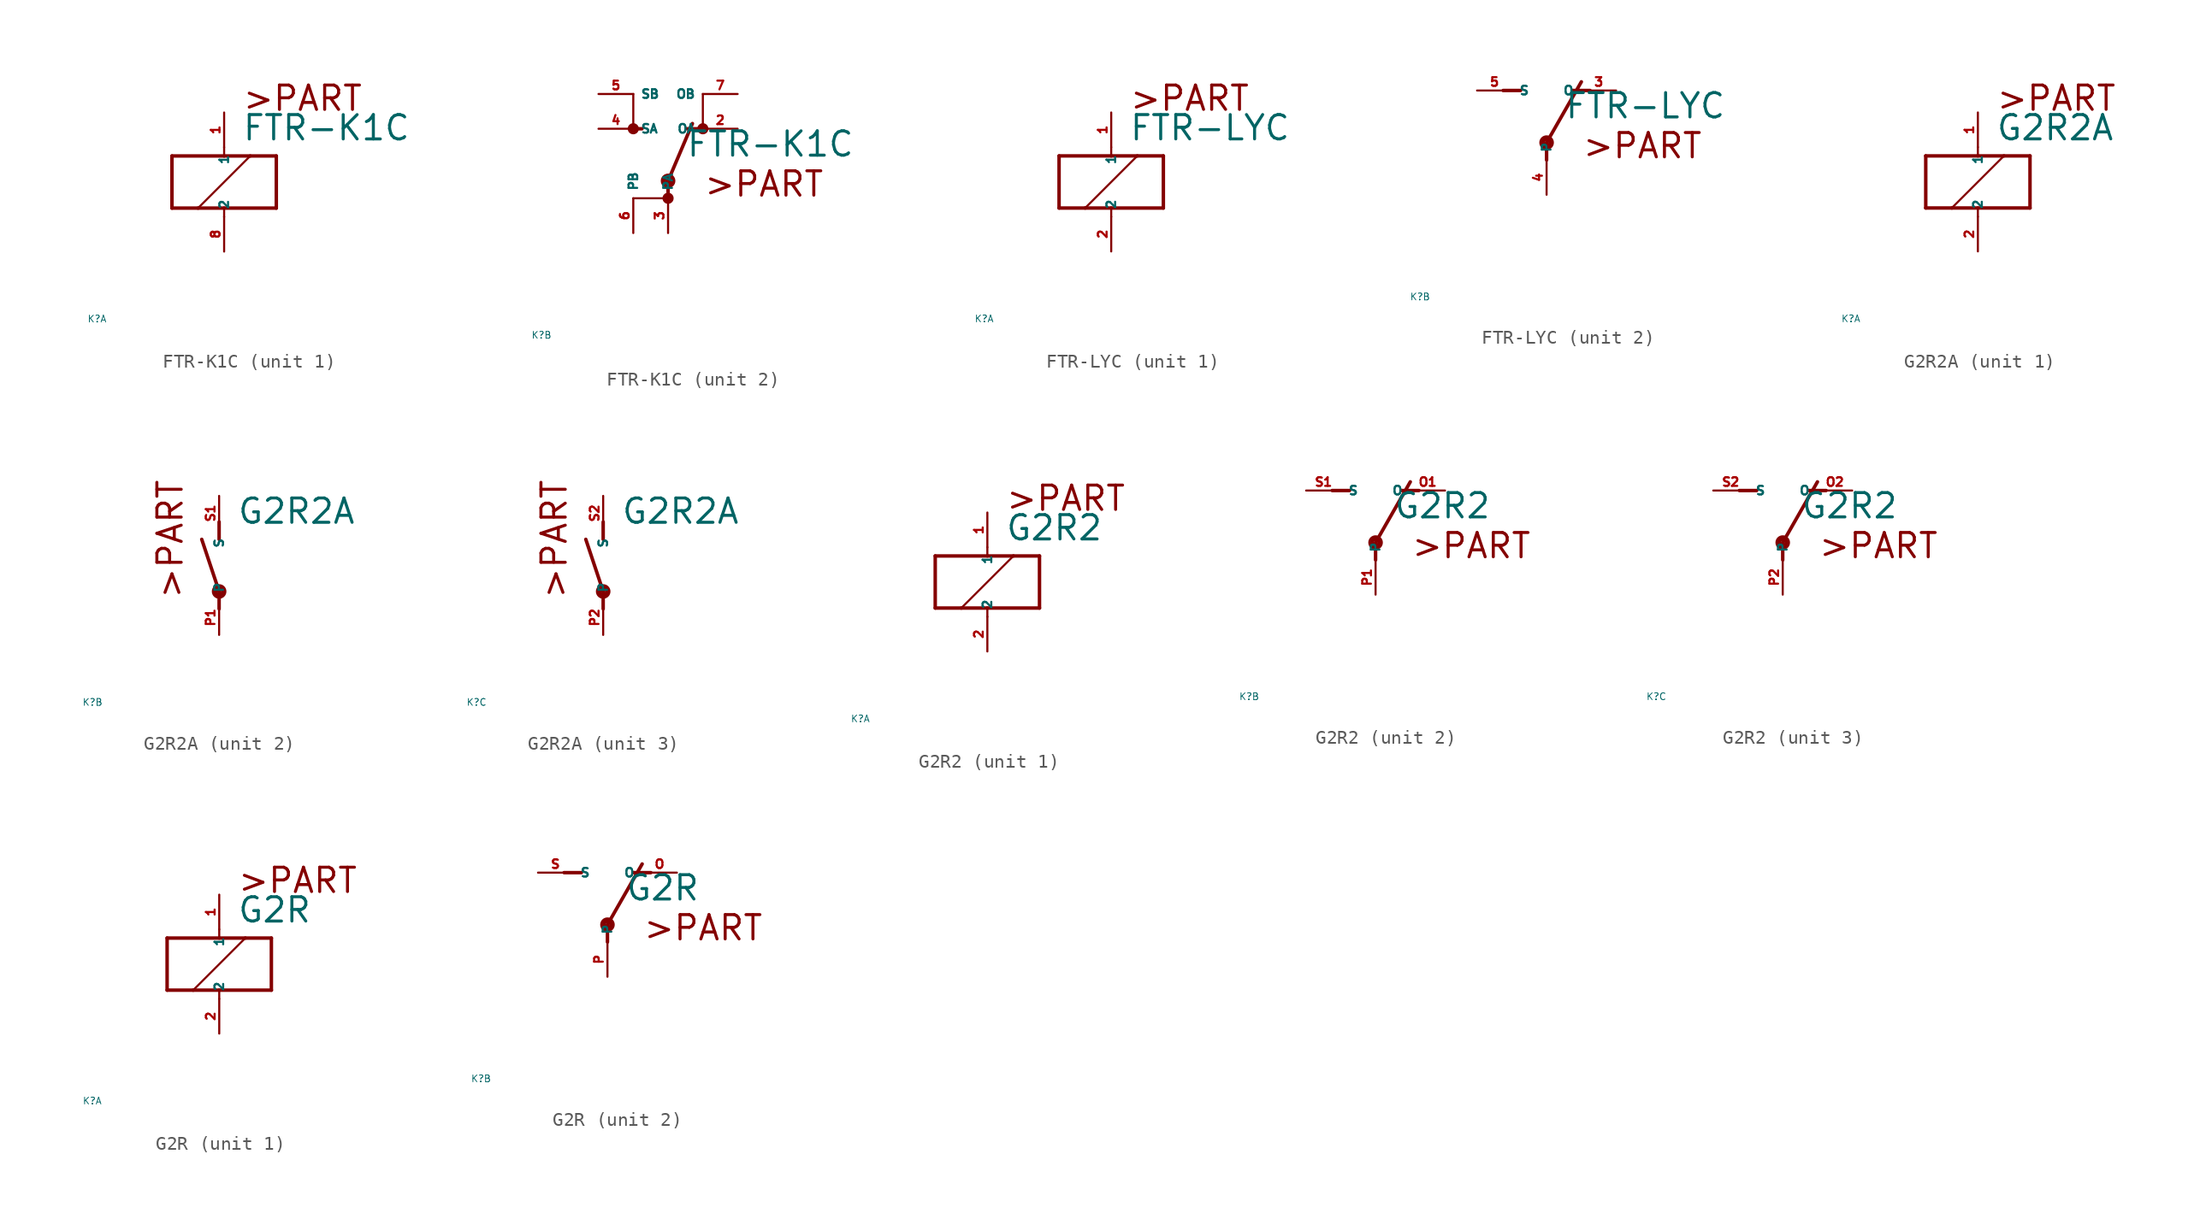
<source format=kicad_sym>
(kicad_symbol_lib
  (version 20220914)
  (generator Eagle2Kicad)
  (symbol "FTR-K1C"
    (property "Reference" "K"
      (at -10 -10 0)
      (effects (font (size 0.5 0.5) (thickness 0.06)) (justify left)))
    (property "Value" "FTR-K1C"
      (at 1.27 2.921 0)
      (effects (font (size 1.778 1.778) (thickness 0.22)) (justify left bottom)))
    (symbol "FTR-K1C_1_0"
      (polyline (pts (xy -3.81 -1.905) (xy -1.905 -1.905)) (stroke (width 0.254) (type default)) (fill (type none)))
      (polyline (pts (xy 3.81 -1.905) (xy 3.81 1.905)) (stroke (width 0.254) (type default)) (fill (type none)))
      (polyline (pts (xy 3.81 1.905) (xy 1.905 1.905)) (stroke (width 0.254) (type default)) (fill (type none)))
      (polyline (pts (xy -3.81 1.905) (xy -3.81 -1.905)) (stroke (width 0.254) (type default)) (fill (type none)))
      (polyline (pts (xy 0 -2.54) (xy 0 -1.905)) (stroke (width 0.152) (type default)) (fill (type none)))
      (polyline (pts (xy 0 -1.905) (xy 3.81 -1.905)) (stroke (width 0.254) (type default)) (fill (type none)))
      (polyline (pts (xy 0 2.54) (xy 0 1.905)) (stroke (width 0.152) (type default)) (fill (type none)))
      (polyline (pts (xy 0 1.905) (xy -3.81 1.905)) (stroke (width 0.254) (type default)) (fill (type none)))
      (polyline (pts (xy -1.905 -1.905) (xy 1.905 1.905)) (stroke (width 0.152) (type default)) (fill (type none)))
      (polyline (pts (xy -1.905 -1.905) (xy 0 -1.905)) (stroke (width 0.254) (type default)) (fill (type none)))
      (polyline (pts (xy 1.905 1.905) (xy 0 1.905)) (stroke (width 0.254) (type default)) (fill (type none)))
      (text ">PART" (at 1.27 5.08 0) (effects (font (size 1.778 1.778) (thickness 0.22)) (justify left bottom)))
      (pin passive line (at 0 -5.08 90) (length 2.54) (name "2" (effects (font (size 0.635 0.635) (thickness 0.08)) (justify left bottom))) (number "8" (effects (font (size 0.635 0.635) (thickness 0.08)) (justify left bottom))))
      (pin passive line (at 0 5.08 270) (length 2.54) (name "1" (effects (font (size 0.635 0.635) (thickness 0.08)) (justify left bottom))) (number "1" (effects (font (size 0.635 0.635) (thickness 0.08)) (justify left bottom)))))
    (symbol "FTR-K1C_2_0"
      (polyline (pts (xy 2.413 5.08) (xy 1.397 5.08)) (stroke (width 0.254) (type default)) (fill (type none)))
      (polyline (pts (xy -2.667 5.08) (xy -2.54 5.08)) (stroke (width 0.254) (type default)) (fill (type none)))
      (polyline (pts (xy -2.54 5.08) (xy -1.905 5.08)) (stroke (width 0.254) (type default)) (fill (type none)))
      (polyline (pts (xy 0 1.27) (xy 1.778 5.461)) (stroke (width 0.254) (type default)) (fill (type none)))
      (polyline (pts (xy 0 1.27) (xy 0 0)) (stroke (width 0.254) (type default)) (fill (type none)))
      (polyline (pts (xy -2.54 7.62) (xy -2.54 5.08)) (stroke (width 0.152) (type default)) (fill (type none)))
      (polyline (pts (xy 2.54 7.62) (xy 2.54 5.08)) (stroke (width 0.152) (type default)) (fill (type none)))
      (polyline (pts (xy -2.54 0) (xy 0 0)) (stroke (width 0.152) (type default)) (fill (type none)))
      (text ">PART" (at 2.54 0 0) (effects (font (size 1.778 1.778) (thickness 0.22)) (justify left bottom)))
      (circle (center 0 1.27) (radius 0.127) (stroke (width 0.406) (type default)) (fill (type none)))
      (circle (center -2.54 5.08) (radius 0.254) (stroke (width 0.305) (type default)) (fill (type none)))
      (circle (center 0 0) (radius 0.254) (stroke (width 0.305) (type default)) (fill (type none)))
      (circle (center 2.54 5.08) (radius 0.254) (stroke (width 0.305) (type default)) (fill (type none)))
      (pin passive line (at 5.08 5.08 180) (length 2.54) (name "OA" (effects (font (size 0.635 0.635) (thickness 0.08)) (justify left bottom))) (number "2" (effects (font (size 0.635 0.635) (thickness 0.08)) (justify left bottom))))
      (pin passive line (at -5.08 5.08 0) (length 2.54) (name "SA" (effects (font (size 0.635 0.635) (thickness 0.08)) (justify left bottom))) (number "4" (effects (font (size 0.635 0.635) (thickness 0.08)) (justify left bottom))))
      (pin passive line (at 0 -2.54 90) (length 2.54) (name "PA" (effects (font (size 0.635 0.635) (thickness 0.08)) (justify left bottom))) (number "3" (effects (font (size 0.635 0.635) (thickness 0.08)) (justify left bottom))))
      (pin passive line (at -5.08 7.62 0) (length 2.54) (name "SB" (effects (font (size 0.635 0.635) (thickness 0.08)) (justify left bottom))) (number "5" (effects (font (size 0.635 0.635) (thickness 0.08)) (justify left bottom))))
      (pin passive line (at 5.08 7.62 180) (length 2.54) (name "OB" (effects (font (size 0.635 0.635) (thickness 0.08)) (justify left bottom))) (number "7" (effects (font (size 0.635 0.635) (thickness 0.08)) (justify left bottom))))
      (pin passive line (at -2.54 -2.54 90) (length 2.54) (name "PB" (effects (font (size 0.635 0.635) (thickness 0.08)) (justify left bottom))) (number "6" (effects (font (size 0.635 0.635) (thickness 0.08)) (justify left bottom))))))
  (symbol "FTR-LYC"
    (property "Reference" "K"
      (at -10 -10 0)
      (effects (font (size 0.5 0.5) (thickness 0.06)) (justify left)))
    (property "Value" "FTR-LYC"
      (at 1.27 2.921 0)
      (effects (font (size 1.778 1.778) (thickness 0.22)) (justify left bottom)))
    (symbol "FTR-LYC_1_0"
      (polyline (pts (xy -3.81 -1.905) (xy -1.905 -1.905)) (stroke (width 0.254) (type default)) (fill (type none)))
      (polyline (pts (xy 3.81 -1.905) (xy 3.81 1.905)) (stroke (width 0.254) (type default)) (fill (type none)))
      (polyline (pts (xy 3.81 1.905) (xy 1.905 1.905)) (stroke (width 0.254) (type default)) (fill (type none)))
      (polyline (pts (xy -3.81 1.905) (xy -3.81 -1.905)) (stroke (width 0.254) (type default)) (fill (type none)))
      (polyline (pts (xy 0 -2.54) (xy 0 -1.905)) (stroke (width 0.152) (type default)) (fill (type none)))
      (polyline (pts (xy 0 -1.905) (xy 3.81 -1.905)) (stroke (width 0.254) (type default)) (fill (type none)))
      (polyline (pts (xy 0 2.54) (xy 0 1.905)) (stroke (width 0.152) (type default)) (fill (type none)))
      (polyline (pts (xy 0 1.905) (xy -3.81 1.905)) (stroke (width 0.254) (type default)) (fill (type none)))
      (polyline (pts (xy -1.905 -1.905) (xy 1.905 1.905)) (stroke (width 0.152) (type default)) (fill (type none)))
      (polyline (pts (xy -1.905 -1.905) (xy 0 -1.905)) (stroke (width 0.254) (type default)) (fill (type none)))
      (polyline (pts (xy 1.905 1.905) (xy 0 1.905)) (stroke (width 0.254) (type default)) (fill (type none)))
      (text ">PART" (at 1.27 5.08 0) (effects (font (size 1.778 1.778) (thickness 0.22)) (justify left bottom)))
      (pin passive line (at 0 -5.08 90) (length 2.54) (name "2" (effects (font (size 0.635 0.635) (thickness 0.08)) (justify left bottom))) (number "2" (effects (font (size 0.635 0.635) (thickness 0.08)) (justify left bottom))))
      (pin passive line (at 0 5.08 270) (length 2.54) (name "1" (effects (font (size 0.635 0.635) (thickness 0.08)) (justify left bottom))) (number "1" (effects (font (size 0.635 0.635) (thickness 0.08)) (justify left bottom)))))
    (symbol "FTR-LYC_2_0"
      (polyline (pts (xy 3.175 5.08) (xy 1.905 5.08)) (stroke (width 0.254) (type default)) (fill (type none)))
      (polyline (pts (xy -3.175 5.08) (xy -1.905 5.08)) (stroke (width 0.254) (type default)) (fill (type none)))
      (polyline (pts (xy 0 1.27) (xy 2.54 5.715)) (stroke (width 0.254) (type default)) (fill (type none)))
      (polyline (pts (xy 0 1.27) (xy 0 0)) (stroke (width 0.254) (type default)) (fill (type none)))
      (text ">PART" (at 2.54 0 0) (effects (font (size 1.778 1.778) (thickness 0.22)) (justify left bottom)))
      (circle (center 0 1.27) (radius 0.127) (stroke (width 0.406) (type default)) (fill (type none)))
      (pin passive line (at 5.08 5.08 180) (length 2.54) (name "O" (effects (font (size 0.635 0.635) (thickness 0.08)) (justify left bottom))) (number "3" (effects (font (size 0.635 0.635) (thickness 0.08)) (justify left bottom))))
      (pin passive line (at -5.08 5.08 0) (length 2.54) (name "S" (effects (font (size 0.635 0.635) (thickness 0.08)) (justify left bottom))) (number "5" (effects (font (size 0.635 0.635) (thickness 0.08)) (justify left bottom))))
      (pin passive line (at 0 -2.54 90) (length 2.54) (name "P" (effects (font (size 0.635 0.635) (thickness 0.08)) (justify left bottom))) (number "4" (effects (font (size 0.635 0.635) (thickness 0.08)) (justify left bottom))))))
  (symbol "G2R2A"
    (property "Reference" "K"
      (at -10 -10 0)
      (effects (font (size 0.5 0.5) (thickness 0.06)) (justify left)))
    (property "Value" "G2R2A"
      (at 1.27 2.921 0)
      (effects (font (size 1.778 1.778) (thickness 0.22)) (justify left bottom)))
    (symbol "G2R2A_1_0"
      (polyline (pts (xy -3.81 -1.905) (xy -1.905 -1.905)) (stroke (width 0.254) (type default)) (fill (type none)))
      (polyline (pts (xy 3.81 -1.905) (xy 3.81 1.905)) (stroke (width 0.254) (type default)) (fill (type none)))
      (polyline (pts (xy 3.81 1.905) (xy 1.905 1.905)) (stroke (width 0.254) (type default)) (fill (type none)))
      (polyline (pts (xy -3.81 1.905) (xy -3.81 -1.905)) (stroke (width 0.254) (type default)) (fill (type none)))
      (polyline (pts (xy 0 -2.54) (xy 0 -1.905)) (stroke (width 0.152) (type default)) (fill (type none)))
      (polyline (pts (xy 0 -1.905) (xy 3.81 -1.905)) (stroke (width 0.254) (type default)) (fill (type none)))
      (polyline (pts (xy 0 2.54) (xy 0 1.905)) (stroke (width 0.152) (type default)) (fill (type none)))
      (polyline (pts (xy 0 1.905) (xy -3.81 1.905)) (stroke (width 0.254) (type default)) (fill (type none)))
      (polyline (pts (xy -1.905 -1.905) (xy 1.905 1.905)) (stroke (width 0.152) (type default)) (fill (type none)))
      (polyline (pts (xy -1.905 -1.905) (xy 0 -1.905)) (stroke (width 0.254) (type default)) (fill (type none)))
      (polyline (pts (xy 1.905 1.905) (xy 0 1.905)) (stroke (width 0.254) (type default)) (fill (type none)))
      (text ">PART" (at 1.27 5.08 0) (effects (font (size 1.778 1.778) (thickness 0.22)) (justify left bottom)))
      (pin passive line (at 0 -5.08 90) (length 2.54) (name "2" (effects (font (size 0.635 0.635) (thickness 0.08)) (justify left bottom))) (number "2" (effects (font (size 0.635 0.635) (thickness 0.08)) (justify left bottom))))
      (pin passive line (at 0 5.08 270) (length 2.54) (name "1" (effects (font (size 0.635 0.635) (thickness 0.08)) (justify left bottom))) (number "1" (effects (font (size 0.635 0.635) (thickness 0.08)) (justify left bottom)))))
    (symbol "G2R2A_2_0"
      (polyline (pts (xy 0 3.175) (xy 0 1.905)) (stroke (width 0.254) (type default)) (fill (type none)))
      (polyline (pts (xy 0 -3.175) (xy 0 -1.905)) (stroke (width 0.254) (type default)) (fill (type none)))
      (polyline (pts (xy 0 -1.905) (xy -1.27 1.905)) (stroke (width 0.254) (type default)) (fill (type none)))
      (text ">PART" (at -2.54 -2.54 900) (effects (font (size 1.778 1.778) (thickness 0.22)) (justify left bottom)))
      (circle (center 0 -1.905) (radius 0.127) (stroke (width 0.406) (type default)) (fill (type none)))
      (pin passive line (at 0 -5.08 90) (length 2.54) (name "P" (effects (font (size 0.635 0.635) (thickness 0.08)) (justify left bottom))) (number "P1" (effects (font (size 0.635 0.635) (thickness 0.08)) (justify left bottom))))
      (pin passive line (at 0 5.08 270) (length 2.54) (name "S" (effects (font (size 0.635 0.635) (thickness 0.08)) (justify left bottom))) (number "S1" (effects (font (size 0.635 0.635) (thickness 0.08)) (justify left bottom)))))
    (symbol "G2R2A_3_0"
      (polyline (pts (xy 0 3.175) (xy 0 1.905)) (stroke (width 0.254) (type default)) (fill (type none)))
      (polyline (pts (xy 0 -3.175) (xy 0 -1.905)) (stroke (width 0.254) (type default)) (fill (type none)))
      (polyline (pts (xy 0 -1.905) (xy -1.27 1.905)) (stroke (width 0.254) (type default)) (fill (type none)))
      (text ">PART" (at -2.54 -2.54 900) (effects (font (size 1.778 1.778) (thickness 0.22)) (justify left bottom)))
      (circle (center 0 -1.905) (radius 0.127) (stroke (width 0.406) (type default)) (fill (type none)))
      (pin passive line (at 0 -5.08 90) (length 2.54) (name "P" (effects (font (size 0.635 0.635) (thickness 0.08)) (justify left bottom))) (number "P2" (effects (font (size 0.635 0.635) (thickness 0.08)) (justify left bottom))))
      (pin passive line (at 0 5.08 270) (length 2.54) (name "S" (effects (font (size 0.635 0.635) (thickness 0.08)) (justify left bottom))) (number "S2" (effects (font (size 0.635 0.635) (thickness 0.08)) (justify left bottom))))))
  (symbol "G2R2"
    (property "Reference" "K"
      (at -10 -10 0)
      (effects (font (size 0.5 0.5) (thickness 0.06)) (justify left)))
    (property "Value" "G2R2"
      (at 1.27 2.921 0)
      (effects (font (size 1.778 1.778) (thickness 0.22)) (justify left bottom)))
    (symbol "G2R2_1_0"
      (polyline (pts (xy -3.81 -1.905) (xy -1.905 -1.905)) (stroke (width 0.254) (type default)) (fill (type none)))
      (polyline (pts (xy 3.81 -1.905) (xy 3.81 1.905)) (stroke (width 0.254) (type default)) (fill (type none)))
      (polyline (pts (xy 3.81 1.905) (xy 1.905 1.905)) (stroke (width 0.254) (type default)) (fill (type none)))
      (polyline (pts (xy -3.81 1.905) (xy -3.81 -1.905)) (stroke (width 0.254) (type default)) (fill (type none)))
      (polyline (pts (xy 0 -2.54) (xy 0 -1.905)) (stroke (width 0.152) (type default)) (fill (type none)))
      (polyline (pts (xy 0 -1.905) (xy 3.81 -1.905)) (stroke (width 0.254) (type default)) (fill (type none)))
      (polyline (pts (xy 0 2.54) (xy 0 1.905)) (stroke (width 0.152) (type default)) (fill (type none)))
      (polyline (pts (xy 0 1.905) (xy -3.81 1.905)) (stroke (width 0.254) (type default)) (fill (type none)))
      (polyline (pts (xy -1.905 -1.905) (xy 1.905 1.905)) (stroke (width 0.152) (type default)) (fill (type none)))
      (polyline (pts (xy -1.905 -1.905) (xy 0 -1.905)) (stroke (width 0.254) (type default)) (fill (type none)))
      (polyline (pts (xy 1.905 1.905) (xy 0 1.905)) (stroke (width 0.254) (type default)) (fill (type none)))
      (text ">PART" (at 1.27 5.08 0) (effects (font (size 1.778 1.778) (thickness 0.22)) (justify left bottom)))
      (pin passive line (at 0 -5.08 90) (length 2.54) (name "2" (effects (font (size 0.635 0.635) (thickness 0.08)) (justify left bottom))) (number "2" (effects (font (size 0.635 0.635) (thickness 0.08)) (justify left bottom))))
      (pin passive line (at 0 5.08 270) (length 2.54) (name "1" (effects (font (size 0.635 0.635) (thickness 0.08)) (justify left bottom))) (number "1" (effects (font (size 0.635 0.635) (thickness 0.08)) (justify left bottom)))))
    (symbol "G2R2_2_0"
      (polyline (pts (xy 3.175 5.08) (xy 1.905 5.08)) (stroke (width 0.254) (type default)) (fill (type none)))
      (polyline (pts (xy -3.175 5.08) (xy -1.905 5.08)) (stroke (width 0.254) (type default)) (fill (type none)))
      (polyline (pts (xy 0 1.27) (xy 2.54 5.715)) (stroke (width 0.254) (type default)) (fill (type none)))
      (polyline (pts (xy 0 1.27) (xy 0 0)) (stroke (width 0.254) (type default)) (fill (type none)))
      (text ">PART" (at 2.54 0 0) (effects (font (size 1.778 1.778) (thickness 0.22)) (justify left bottom)))
      (circle (center 0 1.27) (radius 0.127) (stroke (width 0.406) (type default)) (fill (type none)))
      (pin passive line (at 5.08 5.08 180) (length 2.54) (name "O" (effects (font (size 0.635 0.635) (thickness 0.08)) (justify left bottom))) (number "O1" (effects (font (size 0.635 0.635) (thickness 0.08)) (justify left bottom))))
      (pin passive line (at -5.08 5.08 0) (length 2.54) (name "S" (effects (font (size 0.635 0.635) (thickness 0.08)) (justify left bottom))) (number "S1" (effects (font (size 0.635 0.635) (thickness 0.08)) (justify left bottom))))
      (pin passive line (at 0 -2.54 90) (length 2.54) (name "P" (effects (font (size 0.635 0.635) (thickness 0.08)) (justify left bottom))) (number "P1" (effects (font (size 0.635 0.635) (thickness 0.08)) (justify left bottom)))))
    (symbol "G2R2_3_0"
      (polyline (pts (xy 3.175 5.08) (xy 1.905 5.08)) (stroke (width 0.254) (type default)) (fill (type none)))
      (polyline (pts (xy -3.175 5.08) (xy -1.905 5.08)) (stroke (width 0.254) (type default)) (fill (type none)))
      (polyline (pts (xy 0 1.27) (xy 2.54 5.715)) (stroke (width 0.254) (type default)) (fill (type none)))
      (polyline (pts (xy 0 1.27) (xy 0 0)) (stroke (width 0.254) (type default)) (fill (type none)))
      (text ">PART" (at 2.54 0 0) (effects (font (size 1.778 1.778) (thickness 0.22)) (justify left bottom)))
      (circle (center 0 1.27) (radius 0.127) (stroke (width 0.406) (type default)) (fill (type none)))
      (pin passive line (at 5.08 5.08 180) (length 2.54) (name "O" (effects (font (size 0.635 0.635) (thickness 0.08)) (justify left bottom))) (number "O2" (effects (font (size 0.635 0.635) (thickness 0.08)) (justify left bottom))))
      (pin passive line (at -5.08 5.08 0) (length 2.54) (name "S" (effects (font (size 0.635 0.635) (thickness 0.08)) (justify left bottom))) (number "S2" (effects (font (size 0.635 0.635) (thickness 0.08)) (justify left bottom))))
      (pin passive line (at 0 -2.54 90) (length 2.54) (name "P" (effects (font (size 0.635 0.635) (thickness 0.08)) (justify left bottom))) (number "P2" (effects (font (size 0.635 0.635) (thickness 0.08)) (justify left bottom))))))
  (symbol "G2R"
    (property "Reference" "K"
      (at -10 -10 0)
      (effects (font (size 0.5 0.5) (thickness 0.06)) (justify left)))
    (property "Value" "G2R"
      (at 1.27 2.921 0)
      (effects (font (size 1.778 1.778) (thickness 0.22)) (justify left bottom)))
    (symbol "G2R_1_0"
      (polyline (pts (xy -3.81 -1.905) (xy -1.905 -1.905)) (stroke (width 0.254) (type default)) (fill (type none)))
      (polyline (pts (xy 3.81 -1.905) (xy 3.81 1.905)) (stroke (width 0.254) (type default)) (fill (type none)))
      (polyline (pts (xy 3.81 1.905) (xy 1.905 1.905)) (stroke (width 0.254) (type default)) (fill (type none)))
      (polyline (pts (xy -3.81 1.905) (xy -3.81 -1.905)) (stroke (width 0.254) (type default)) (fill (type none)))
      (polyline (pts (xy 0 -2.54) (xy 0 -1.905)) (stroke (width 0.152) (type default)) (fill (type none)))
      (polyline (pts (xy 0 -1.905) (xy 3.81 -1.905)) (stroke (width 0.254) (type default)) (fill (type none)))
      (polyline (pts (xy 0 2.54) (xy 0 1.905)) (stroke (width 0.152) (type default)) (fill (type none)))
      (polyline (pts (xy 0 1.905) (xy -3.81 1.905)) (stroke (width 0.254) (type default)) (fill (type none)))
      (polyline (pts (xy -1.905 -1.905) (xy 1.905 1.905)) (stroke (width 0.152) (type default)) (fill (type none)))
      (polyline (pts (xy -1.905 -1.905) (xy 0 -1.905)) (stroke (width 0.254) (type default)) (fill (type none)))
      (polyline (pts (xy 1.905 1.905) (xy 0 1.905)) (stroke (width 0.254) (type default)) (fill (type none)))
      (text ">PART" (at 1.27 5.08 0) (effects (font (size 1.778 1.778) (thickness 0.22)) (justify left bottom)))
      (pin passive line (at 0 -5.08 90) (length 2.54) (name "2" (effects (font (size 0.635 0.635) (thickness 0.08)) (justify left bottom))) (number "2" (effects (font (size 0.635 0.635) (thickness 0.08)) (justify left bottom))))
      (pin passive line (at 0 5.08 270) (length 2.54) (name "1" (effects (font (size 0.635 0.635) (thickness 0.08)) (justify left bottom))) (number "1" (effects (font (size 0.635 0.635) (thickness 0.08)) (justify left bottom)))))
    (symbol "G2R_2_0"
      (polyline (pts (xy 3.175 5.08) (xy 1.905 5.08)) (stroke (width 0.254) (type default)) (fill (type none)))
      (polyline (pts (xy -3.175 5.08) (xy -1.905 5.08)) (stroke (width 0.254) (type default)) (fill (type none)))
      (polyline (pts (xy 0 1.27) (xy 2.54 5.715)) (stroke (width 0.254) (type default)) (fill (type none)))
      (polyline (pts (xy 0 1.27) (xy 0 0)) (stroke (width 0.254) (type default)) (fill (type none)))
      (text ">PART" (at 2.54 0 0) (effects (font (size 1.778 1.778) (thickness 0.22)) (justify left bottom)))
      (circle (center 0 1.27) (radius 0.127) (stroke (width 0.406) (type default)) (fill (type none)))
      (pin passive line (at 5.08 5.08 180) (length 2.54) (name "O" (effects (font (size 0.635 0.635) (thickness 0.08)) (justify left bottom))) (number "O" (effects (font (size 0.635 0.635) (thickness 0.08)) (justify left bottom))))
      (pin passive line (at -5.08 5.08 0) (length 2.54) (name "S" (effects (font (size 0.635 0.635) (thickness 0.08)) (justify left bottom))) (number "S" (effects (font (size 0.635 0.635) (thickness 0.08)) (justify left bottom))))
      (pin passive line (at 0 -2.54 90) (length 2.54) (name "P" (effects (font (size 0.635 0.635) (thickness 0.08)) (justify left bottom))) (number "P" (effects (font (size 0.635 0.635) (thickness 0.08)) (justify left bottom)))))))
</source>
